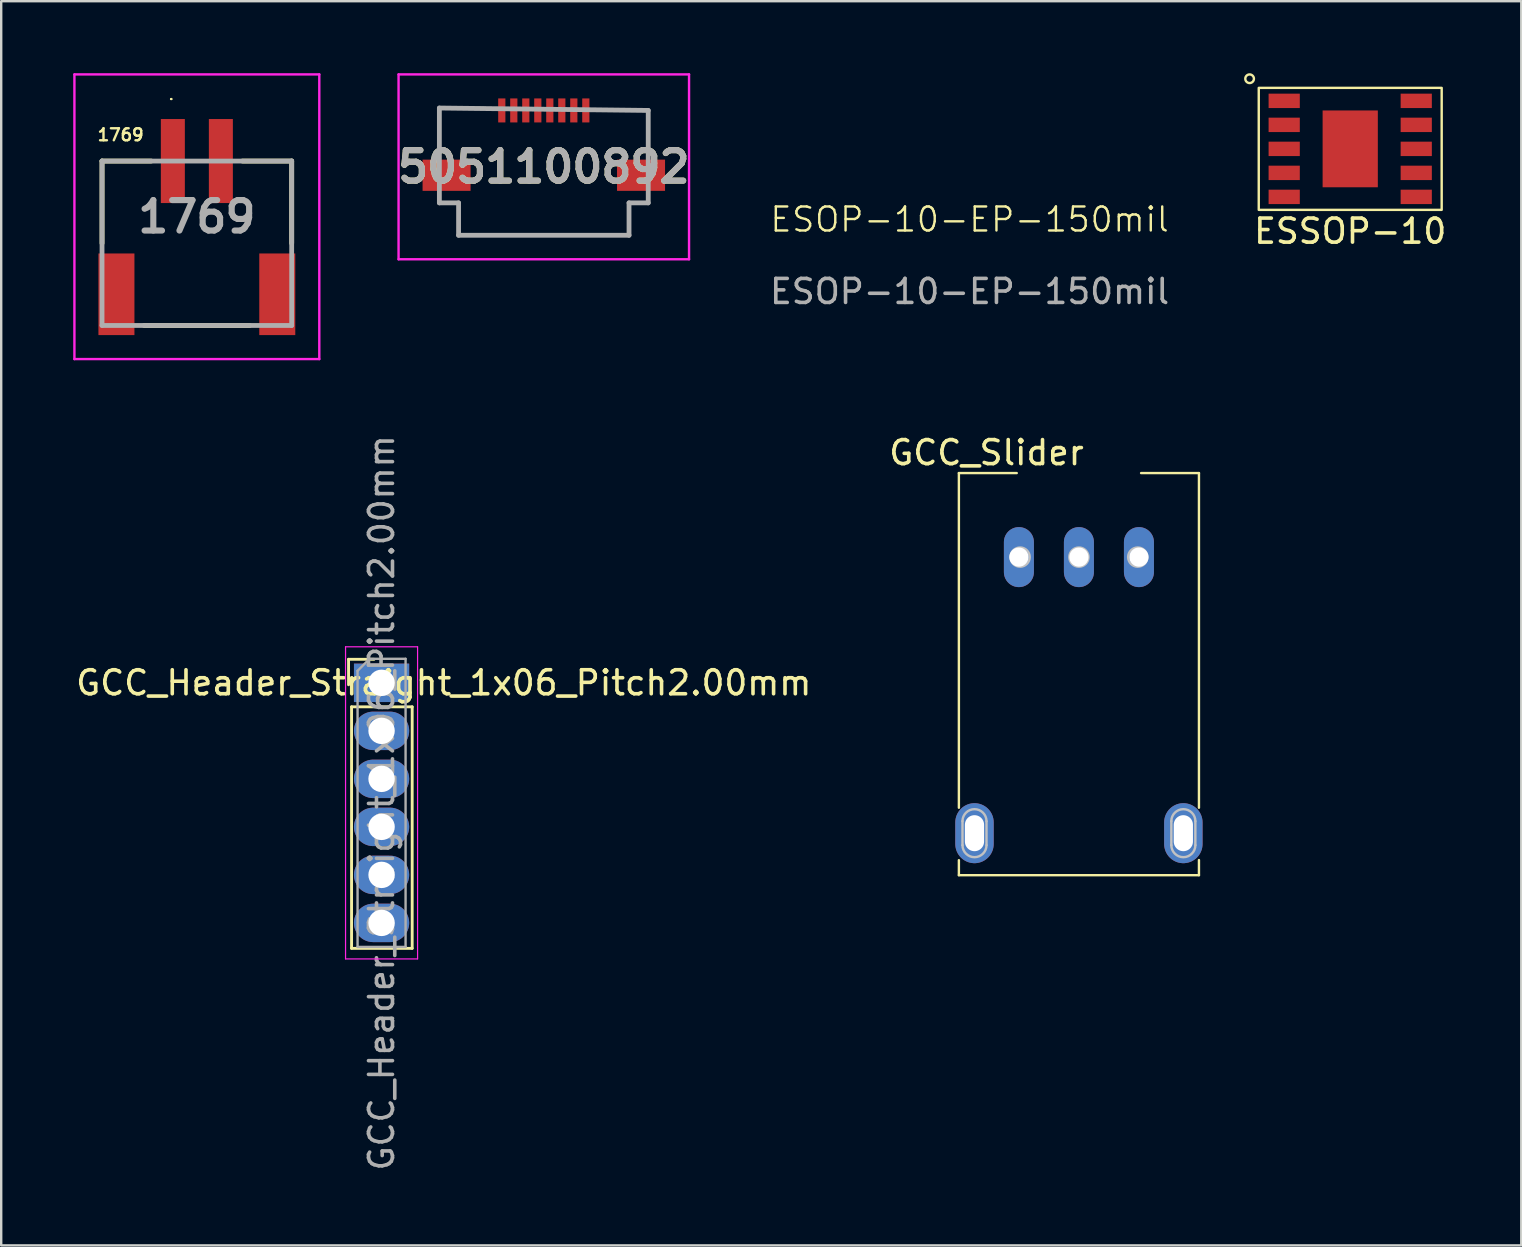
<source format=kicad_pcb>
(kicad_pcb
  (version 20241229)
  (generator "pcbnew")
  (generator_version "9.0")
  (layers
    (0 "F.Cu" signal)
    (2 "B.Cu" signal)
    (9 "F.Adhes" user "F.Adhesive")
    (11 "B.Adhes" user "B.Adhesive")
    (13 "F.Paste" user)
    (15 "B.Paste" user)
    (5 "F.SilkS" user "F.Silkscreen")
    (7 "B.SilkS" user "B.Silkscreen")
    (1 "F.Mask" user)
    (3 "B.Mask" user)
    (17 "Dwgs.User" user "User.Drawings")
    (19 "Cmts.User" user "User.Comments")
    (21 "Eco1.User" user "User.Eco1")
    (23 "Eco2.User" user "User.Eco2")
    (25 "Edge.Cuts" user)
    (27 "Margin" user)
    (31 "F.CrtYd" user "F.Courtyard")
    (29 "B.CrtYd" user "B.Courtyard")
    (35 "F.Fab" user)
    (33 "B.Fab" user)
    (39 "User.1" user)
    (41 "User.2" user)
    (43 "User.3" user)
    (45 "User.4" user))
  (footprint "ESOP-10-EP-150mil"
    (layer "F.Cu")
    (at 37.338 0.25)
    (property "Reference" "ESOP-10-EP-150mil" (at 0 5.842 0) (unlocked yes) (layer "F.SilkS") (effects (font (size 1 1) (thickness 0.1))))
    (attr smd)
    (fp_text user "${REFERENCE}" (at 0 8.842 0) (unlocked yes) (layer "F.Fab") (effects (font (size 1 1) (thickness 0.15)))))
  (footprint "GCC_Header_Straight_1x06_Pitch2.00mm"
    (layer "F.Cu")
    (at 12.844 25.393)
    (property "Reference" "GCC_Header_Straight_1x06_Pitch2.00mm" (at 2.591 0 0) (layer "F.SilkS") (effects (font (size 1 1) (thickness 0.15))))
    (attr through_hole)
    (fp_line (start -1.375 -0.98) (end -0.315 -0.98) (stroke (width 0.12) (type solid)) (layer "F.SilkS"))
    (fp_line (start -1.375 0.08) (end -1.375 -0.98) (stroke (width 0.12) (type solid)) (layer "F.SilkS"))
    (fp_line (start -1.25 1) (end -1.25 11.06) (stroke (width 0.12) (type solid)) (layer "F.SilkS"))
    (fp_line (start -1.25 1) (end 1.275 1) (stroke (width 0.12) (type solid)) (layer "F.SilkS"))
    (fp_line (start -1.25 11.06) (end 1.275 11.06) (stroke (width 0.12) (type solid)) (layer "F.SilkS"))
    (fp_line (start 1.275 1) (end 1.275 11.06) (stroke (width 0.12) (type solid)) (layer "F.SilkS"))
    (fp_line (start -1.5 -1.5) (end -1.5 11.5) (stroke (width 0.05) (type solid)) (layer "F.CrtYd"))
    (fp_line (start -1.5 11.5) (end 1.5 11.5) (stroke (width 0.05) (type solid)) (layer "F.CrtYd"))
    (fp_line (start 1.5 -1.5) (end -1.5 -1.5) (stroke (width 0.05) (type solid)) (layer "F.CrtYd"))
    (fp_line (start 1.5 11.5) (end 1.5 -1.5) (stroke (width 0.05) (type solid)) (layer "F.CrtYd"))
    (fp_line (start -1 -0.5) (end -0.5 -1) (stroke (width 0.1) (type solid)) (layer "F.Fab"))
    (fp_line (start -1 11) (end -1 -0.5) (stroke (width 0.1) (type solid)) (layer "F.Fab"))
    (fp_line (start -0.5 -1) (end 1 -1) (stroke (width 0.1) (type solid)) (layer "F.Fab"))
    (fp_line (start 1 -1) (end 1 11) (stroke (width 0.1) (type solid)) (layer "F.Fab"))
    (fp_line (start 1 11) (end -1 11) (stroke (width 0.1) (type solid)) (layer "F.Fab"))
    (fp_text user "${REFERENCE}" (at 0 5 270) (layer "F.Fab") (effects (font (size 1 1) (thickness 0.15))))
    (pad "1" thru_hole rect (at 0 0) (size 2.3 1.6) (drill 1.1) (layers "*.Cu" "*.Mask"))
    (pad "2" thru_hole oval (at 0 2) (size 2.3 1.6) (drill 1.1) (layers "*.Cu" "*.Mask"))
    (pad "3" thru_hole oval (at 0 4) (size 2.3 1.6) (drill 1.1) (layers "*.Cu" "*.Mask"))
    (pad "4" thru_hole oval (at 0 6) (size 2.3 1.6) (drill 1.1) (layers "*.Cu" "*.Mask"))
    (pad "5" thru_hole oval (at 0 8) (size 2.3 1.6) (drill 1.1) (layers "*.Cu" "*.Mask"))
    (pad "6" thru_hole oval (at 0 10) (size 2.3 1.6) (drill 1.1) (layers "*.Cu" "*.Mask")))
  (footprint "1769"
    (layer "F.Cu")
    (at 5.15 3.658)
    (property "Reference" "1769" (at -3.175 -1.092 180) (layer "F.SilkS") (effects (font (size 0.5 0.5) (thickness 0.1))))
    (attr smd)
    (fp_line (start -3.95 0) (end -3.95 3.425) (stroke (width 0.2) (type solid)) (layer "F.SilkS"))
    (fp_line (start -3.95 0) (end -1.9 0) (stroke (width 0.2) (type solid)) (layer "F.SilkS"))
    (fp_line (start -2.196 6.849) (end 2.196 6.849) (stroke (width 0.2) (type solid)) (layer "F.SilkS"))
    (fp_line (start -1.095 -2.582) (end -1.095 -2.582) (stroke (width 0.052) (type solid)) (layer "F.SilkS"))
    (fp_line (start -1.043 -2.582) (end -1.043 -2.582) (stroke (width 0.052) (type solid)) (layer "F.SilkS"))
    (fp_line (start 3.95 0) (end 1.9 0) (stroke (width 0.2) (type solid)) (layer "F.SilkS"))
    (fp_line (start 3.95 0) (end 3.95 3.425) (stroke (width 0.2) (type solid)) (layer "F.SilkS"))
    (fp_arc (start -1.095 -2.582) (mid -1.069 -2.608) (end -1.043 -2.582) (stroke (width 0.052) (type solid)) (layer "F.SilkS"))
    (fp_arc (start -1.043 -2.582) (mid -1.069 -2.556) (end -1.095 -2.582) (stroke (width 0.052) (type solid)) (layer "F.SilkS"))
    (fp_line (start -5.1 8.25) (end -5.1 -3.608) (stroke (width 0.1) (type solid)) (layer "F.CrtYd"))
    (fp_line (start -5.1 -3.608) (end 5.1 -3.608) (stroke (width 0.1) (type solid)) (layer "F.CrtYd"))
    (fp_line (start 5.1 -3.608) (end 5.1 8.25) (stroke (width 0.1) (type solid)) (layer "F.CrtYd"))
    (fp_line (start 5.1 8.25) (end -5.1 8.25) (stroke (width 0.1) (type solid)) (layer "F.CrtYd"))
    (fp_line (start -3.95 0) (end 3.95 0) (stroke (width 0.2) (type solid)) (layer "F.Fab"))
    (fp_line (start -3.95 6.849) (end -3.95 0) (stroke (width 0.2) (type solid)) (layer "F.Fab"))
    (fp_line (start 3.95 0) (end 3.95 6.849) (stroke (width 0.2) (type solid)) (layer "F.Fab"))
    (fp_line (start 3.95 6.849) (end -3.95 6.849) (stroke (width 0.2) (type solid)) (layer "F.Fab"))
    (fp_text user "${REFERENCE}" (at 0 2.321 180) (layer "F.Fab") (effects (font (size 1.27 1.27) (thickness 0.254))))
    (pad "1" smd rect (at -1 0) (size 1 3.5) (layers "F.Cu" "F.Mask" "F.Paste"))
    (pad "2" smd rect (at 1 0) (size 1 3.5) (layers "F.Cu" "F.Mask" "F.Paste"))
    (pad "MP1" smd rect (at -3.35 5.55) (size 1.5 3.4) (layers "F.Cu" "F.Mask" "F.Paste"))
    (pad "MP2" smd rect (at 3.35 5.55) (size 1.5 3.4) (layers "F.Cu" "F.Mask" "F.Paste")))
  (footprint "GCC_Slider"
    (layer "F.Cu")
    (at 41.892 20.156)
    (property "Reference" "GCC_Slider" (at -3.85 -4.35 0) (layer "F.SilkS") (effects (font (size 1 1) (thickness 0.15))))
    (attr through_hole)
    (fp_line (start -5 -3.5) (end -5 10.44) (stroke (width 0.1) (type solid)) (layer "F.SilkS"))
    (fp_line (start -5 -3.5) (end -2.59 -3.5) (stroke (width 0.1) (type solid)) (layer "F.SilkS"))
    (fp_line (start -5 13.25) (end -5 12.625) (stroke (width 0.1) (type solid)) (layer "F.SilkS"))
    (fp_line (start -5 13.25) (end 5 13.25) (stroke (width 0.1) (type solid)) (layer "F.SilkS"))
    (fp_line (start 2.59 -3.5) (end 5 -3.5) (stroke (width 0.1) (type solid)) (layer "F.SilkS"))
    (fp_line (start 5 -3.5) (end 5 10.44) (stroke (width 0.1) (type solid)) (layer "F.SilkS"))
    (fp_line (start 5 13.25) (end 5 12.62) (stroke (width 0.1) (type solid)) (layer "F.SilkS"))
    (fp_line (start -4.85 12) (end -4.85 11) (stroke (width 0.1) (type solid)) (layer "Dwgs.User"))
    (fp_line (start -4.35 12) (end -4.35 11) (stroke (width 0.1) (type solid)) (layer "Dwgs.User"))
    (fp_line (start -3.85 12) (end -3.85 11) (stroke (width 0.1) (type solid)) (layer "Dwgs.User"))
    (fp_line (start 3.85 12) (end 3.85 11) (stroke (width 0.1) (type solid)) (layer "Dwgs.User"))
    (fp_line (start 4.35 12) (end 4.35 11) (stroke (width 0.1) (type solid)) (layer "Dwgs.User"))
    (fp_line (start 4.85 12) (end 4.85 11) (stroke (width 0.1) (type solid)) (layer "Dwgs.User"))
    (fp_arc (start -4.85 11) (mid -4.35 10.5) (end -3.85 11) (stroke (width 0.1) (type solid)) (layer "Dwgs.User"))
    (fp_arc (start -3.85 12) (mid -4.35 12.5) (end -4.85 12) (stroke (width 0.1) (type solid)) (layer "Dwgs.User"))
    (fp_arc (start 3.85 11) (mid 4.35 10.5) (end 4.85 11) (stroke (width 0.1) (type solid)) (layer "Dwgs.User"))
    (fp_arc (start 4.85 12) (mid 4.35 12.5) (end 3.85 12) (stroke (width 0.1) (type solid)) (layer "Dwgs.User"))
    (fp_circle (center -2.45 0) (end -2.05 0) (stroke (width 0.1) (type solid)) (fill no) (layer "Dwgs.User"))
    (fp_circle (center 0 0) (end 0.4 0) (stroke (width 0.1) (type solid)) (fill no) (layer "Dwgs.User"))
    (fp_circle (center 2.45 0) (end 2.85 0) (stroke (width 0.1) (type solid)) (fill no) (layer "Dwgs.User"))
    (pad "1" thru_hole oval (at 0 0 180) (size 1.25 2.5) (drill 0.8) (layers "*.Cu" "*.Mask"))
    (pad "2" thru_hole oval (at 2.5 0 180) (size 1.25 2.5) (drill 0.8) (layers "*.Cu" "*.Mask"))
    (pad "3" thru_hole oval (at -2.5 0 180) (size 1.25 2.5) (drill 0.8) (layers "*.Cu" "*.Mask"))
    (pad "MP" thru_hole oval (at -4.35 11.5 180) (size 1.6 2.5) (drill oval 0.8 1.5) (property pad_prop_heatsink) (layers "*.Cu" "*.Mask"))
    (pad "MP" thru_hole oval (at 4.35 11.5 180) (size 1.6 2.5) (drill oval 0.8 1.5) (property pad_prop_heatsink) (layers "*.Cu" "*.Mask")))
  (footprint "5051100892"
    (layer "F.Cu")
    (at 19.602 4.1)
    (property "Reference" "5051100892" (at 0 -0.2 0) (layer "F.SilkS") (effects (font (size 1.27 1.27) (thickness 0.254))))
    (attr smd)
    (fp_line (start -4.35 -2.65) (end -4.35 -1.15) (stroke (width 0.1) (type solid)) (layer "F.SilkS"))
    (fp_line (start -4.35 1.3) (end -3.55 1.3) (stroke (width 0.1) (type solid)) (layer "F.SilkS"))
    (fp_line (start -3.55 1.3) (end -3.55 2.65) (stroke (width 0.1) (type solid)) (layer "F.SilkS"))
    (fp_line (start -3.55 2.65) (end 3.55 2.65) (stroke (width 0.1) (type solid)) (layer "F.SilkS"))
    (fp_line (start -2.5 -2.65) (end -4.35 -2.65) (stroke (width 0.1) (type solid)) (layer "F.SilkS"))
    (fp_line (start 2.5 -2.55) (end 4.35 -2.55) (stroke (width 0.1) (type solid)) (layer "F.SilkS"))
    (fp_line (start 3.55 1.3) (end 4.35 1.3) (stroke (width 0.1) (type solid)) (layer "F.SilkS"))
    (fp_line (start 3.55 2.65) (end 3.55 1.3) (stroke (width 0.1) (type solid)) (layer "F.SilkS"))
    (fp_line (start 4.35 -2.55) (end 4.35 -1.15) (stroke (width 0.1) (type solid)) (layer "F.SilkS"))
    (fp_line (start -6.05 -4.05) (end 6.05 -4.05) (stroke (width 0.1) (type solid)) (layer "F.CrtYd"))
    (fp_line (start -6.05 3.65) (end -6.05 -4.05) (stroke (width 0.1) (type solid)) (layer "F.CrtYd"))
    (fp_line (start 6.05 -4.05) (end 6.05 3.65) (stroke (width 0.1) (type solid)) (layer "F.CrtYd"))
    (fp_line (start 6.05 3.65) (end -6.05 3.65) (stroke (width 0.1) (type solid)) (layer "F.CrtYd"))
    (fp_line (start -4.35 -2.65) (end -4.35 1.3) (stroke (width 0.2) (type solid)) (layer "F.Fab"))
    (fp_line (start -4.35 1.3) (end -3.55 1.3) (stroke (width 0.2) (type solid)) (layer "F.Fab"))
    (fp_line (start -3.55 1.3) (end -3.55 2.65) (stroke (width 0.2) (type solid)) (layer "F.Fab"))
    (fp_line (start -3.55 2.65) (end 3.55 2.65) (stroke (width 0.2) (type solid)) (layer "F.Fab"))
    (fp_line (start 3.55 1.3) (end 4.35 1.3) (stroke (width 0.2) (type solid)) (layer "F.Fab"))
    (fp_line (start 3.55 2.65) (end 3.55 1.3) (stroke (width 0.2) (type solid)) (layer "F.Fab"))
    (fp_line (start 4.35 -2.55) (end -4.35 -2.65) (stroke (width 0.2) (type solid)) (layer "F.Fab"))
    (fp_line (start 4.35 1.3) (end 4.35 -2.55) (stroke (width 0.2) (type solid)) (layer "F.Fab"))
    (fp_text user "${REFERENCE}" (at 0 -0.2 0) (layer "F.Fab") (effects (font (size 1.27 1.27) (thickness 0.254))))
    (pad "1" smd rect (at -1.75 -2.55) (size 0.3 1) (layers "F.Cu" "F.Mask" "F.Paste"))
    (pad "2" smd rect (at -1.25 -2.55) (size 0.3 1) (layers "F.Cu" "F.Mask" "F.Paste"))
    (pad "3" smd rect (at -0.75 -2.55) (size 0.3 1) (layers "F.Cu" "F.Mask" "F.Paste"))
    (pad "4" smd rect (at -0.25 -2.55) (size 0.3 1) (layers "F.Cu" "F.Mask" "F.Paste"))
    (pad "5" smd rect (at 0.25 -2.55) (size 0.3 1) (layers "F.Cu" "F.Mask" "F.Paste"))
    (pad "6" smd rect (at 0.75 -2.55) (size 0.3 1) (layers "F.Cu" "F.Mask" "F.Paste"))
    (pad "7" smd rect (at 1.25 -2.55) (size 0.3 1) (layers "F.Cu" "F.Mask" "F.Paste"))
    (pad "8" smd rect (at 1.75 -2.55) (size 0.3 1) (layers "F.Cu" "F.Mask" "F.Paste"))
    (pad "MP1" smd rect (at -4.05 0.15 90) (size 1.3 2) (layers "F.Cu" "F.Mask" "F.Paste"))
    (pad "MP2" smd rect (at 4.05 0.15 90) (size 1.3 2) (layers "F.Cu" "F.Mask" "F.Paste")))
  (footprint "ESSOP-10"
    (layer "F.Cu")
    (at 53.193 3.151)
    (property "Reference" "ESSOP-10" (at 0 3.429 180) (layer "F.SilkS") (effects (font (size 1 1) (thickness 0.15))))
    (attr smd)
    (fp_rect (start -3.81 -2.54) (end 3.81 2.54) (stroke (width 0.1) (type default)) (fill no) (layer "F.SilkS"))
    (fp_circle (center -4.191 -2.921) (end -4.064 -2.794) (stroke (width 0.1) (type default)) (fill no) (layer "F.SilkS"))
    (pad "1" smd rect (at -2.75 -2) (size 1.3 0.6) (layers "F.Cu" "F.Mask" "F.Paste"))
    (pad "2" smd rect (at -2.75 -1) (size 1.3 0.6) (layers "F.Cu" "F.Mask" "F.Paste"))
    (pad "3" smd rect (at -2.75 0) (size 1.3 0.6) (layers "F.Cu" "F.Mask" "F.Paste"))
    (pad "4" smd rect (at -2.75 1) (size 1.3 0.6) (layers "F.Cu" "F.Mask" "F.Paste"))
    (pad "5" smd rect (at -2.75 2) (size 1.3 0.6) (layers "F.Cu" "F.Mask" "F.Paste"))
    (pad "6" smd rect (at 2.75 2) (size 1.3 0.6) (layers "F.Cu" "F.Mask" "F.Paste"))
    (pad "7" smd rect (at 2.75 1) (size 1.3 0.6) (layers "F.Cu" "F.Mask" "F.Paste"))
    (pad "8" smd rect (at 2.75 0) (size 1.3 0.6) (layers "F.Cu" "F.Mask" "F.Paste"))
    (pad "9" smd rect (at 2.75 -1) (size 1.3 0.6) (layers "F.Cu" "F.Mask" "F.Paste"))
    (pad "10" smd rect (at 2.75 -2) (size 1.3 0.6) (layers "F.Cu" "F.Mask" "F.Paste"))
    (pad "11" smd rect (at 0 0) (size 2.3 3.2) (property pad_prop_heatsink) (layers "F.Cu" "F.Mask" "F.Paste")))
  (gr_rect
    (start -3 -3)
    (end 60.318 48.827)
    (stroke (width 0.1) (type default))
    (fill no)
    (layer "Edge.Cuts")))
</source>
